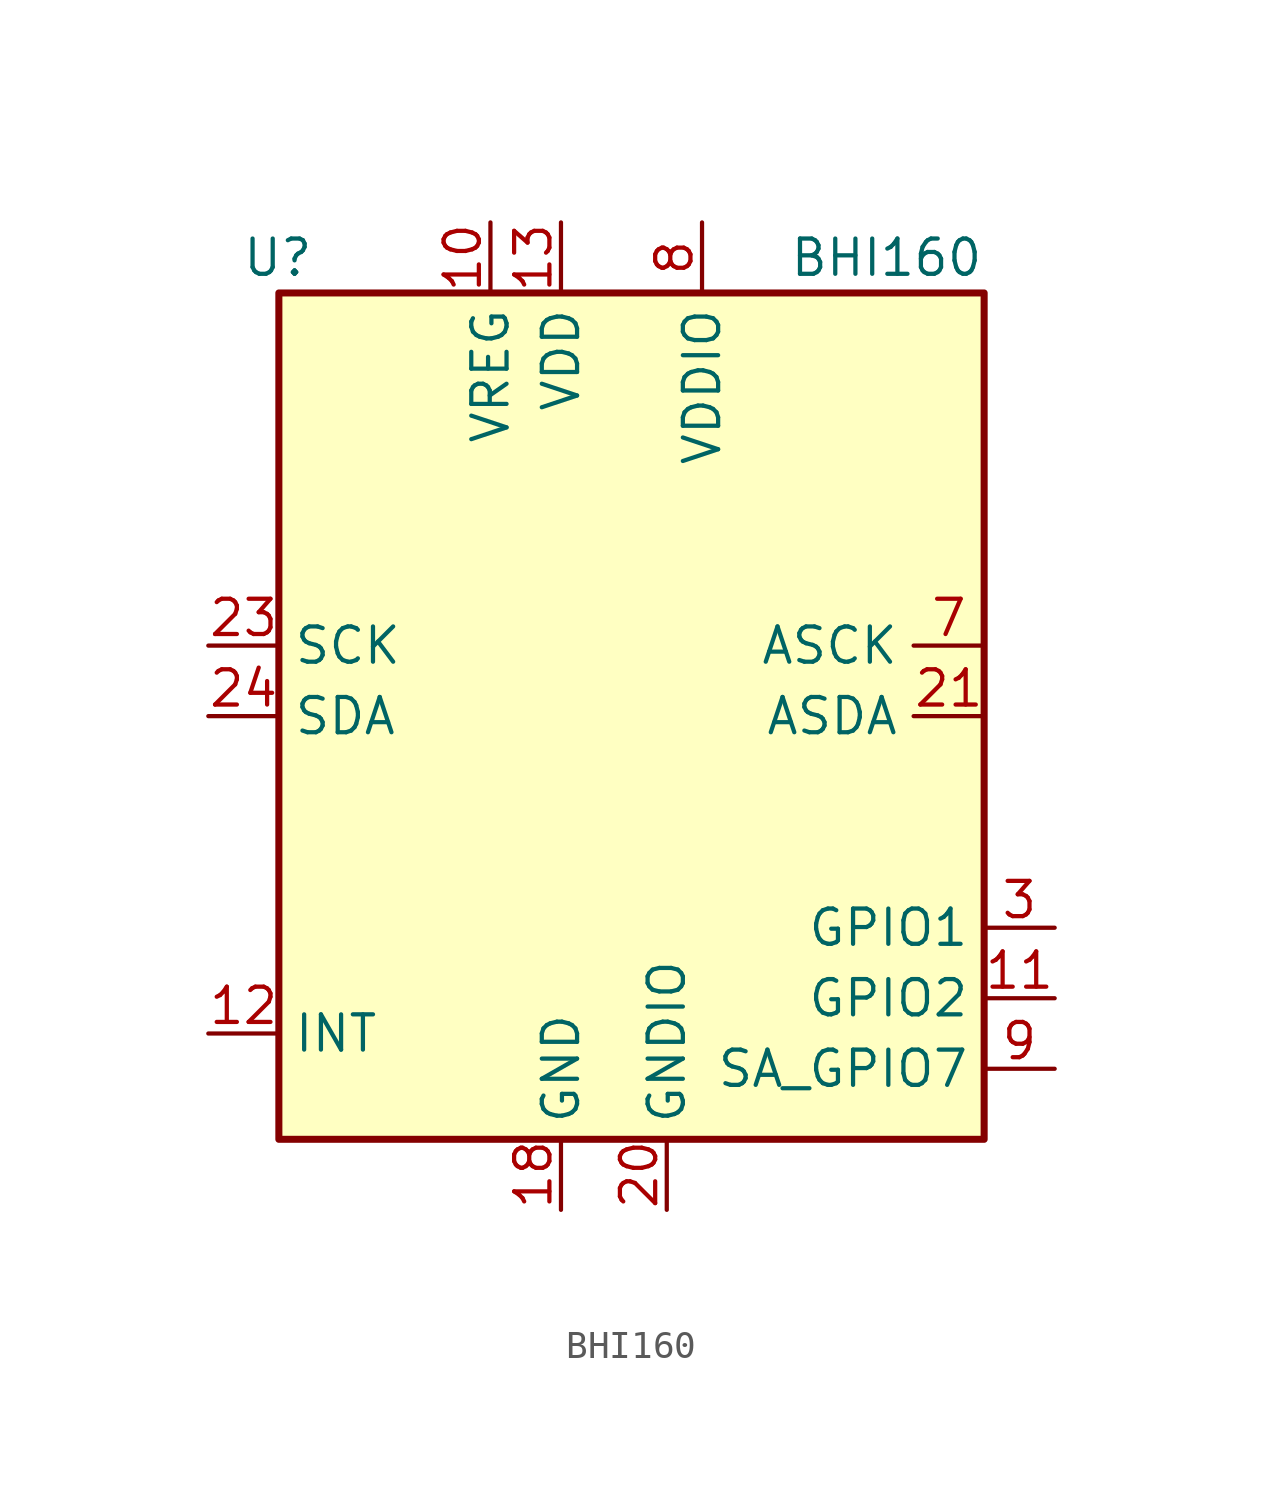
<source format=kicad_sym>
(kicad_symbol_lib
  (version 20211014)
  (generator kicad_symbol_editor)
  (symbol "BHI160"
    (property "Reference" "U"
      (at -11.43 16.51 0)
      (effects (font (size 1.27 1.27)) (justify right)))
    (property "Value" "BHI160"
      (at 12.7 16.51 0)
      (effects (font (size 1.27 1.27)) (justify right)))
    (symbol "BHI160_0_1"
      (rectangle (start -12.7 15.24) (end 12.7 -15.24) (stroke (width 0.254) (type default) (color 0 0 0 0)) (fill (type background))))
    (symbol "BHI160_1_1"
      (pin no_connect line (at -12.7 12.7 0) (length 2.54) hide (name "NC" (effects (font (size 1.27 1.27)))) (number "1" (effects (font (size 1.27 1.27)))))
      (pin power_in line (at -5.08 17.78 270) (length 2.54) (name "VREG" (effects (font (size 1.27 1.27)))) (number "10" (effects (font (size 1.27 1.27)))))
      (pin input line (at 15.24 -10.16 180) (length 2.54) (name "GPIO2" (effects (font (size 1.27 1.27)))) (number "11" (effects (font (size 1.27 1.27)))))
      (pin output line (at -15.24 -11.43 0) (length 2.54) (name "INT" (effects (font (size 1.27 1.27)))) (number "12" (effects (font (size 1.27 1.27)))))
      (pin power_in line (at -2.54 17.78 270) (length 2.54) (name "VDD" (effects (font (size 1.27 1.27)))) (number "13" (effects (font (size 1.27 1.27)))))
      (pin no_connect line (at 12.7 12.7 180) (length 2.54) hide (name "NC" (effects (font (size 1.27 1.27)))) (number "14" (effects (font (size 1.27 1.27)))))
      (pin no_connect line (at 12.7 10.16 180) (length 2.54) hide (name "NC" (effects (font (size 1.27 1.27)))) (number "15" (effects (font (size 1.27 1.27)))))
      (pin no_connect line (at 12.7 7.62 180) (length 2.54) hide (name "NC" (effects (font (size 1.27 1.27)))) (number "16" (effects (font (size 1.27 1.27)))))
      (pin no_connect line (at 12.7 5.08 180) (length 2.54) hide (name "NC" (effects (font (size 1.27 1.27)))) (number "17" (effects (font (size 1.27 1.27)))))
      (pin power_in line (at -2.54 -17.78 90) (length 2.54) (name "GND" (effects (font (size 1.27 1.27)))) (number "18" (effects (font (size 1.27 1.27)))))
      (pin no_connect line (at 12.7 -2.54 180) (length 2.54) hide (name "NC" (effects (font (size 1.27 1.27)))) (number "19" (effects (font (size 1.27 1.27)))))
      (pin no_connect line (at -12.7 5.08 0) (length 2.54) hide (name "DNC" (effects (font (size 1.27 1.27)))) (number "2" (effects (font (size 1.27 1.27)))))
      (pin power_in line (at 1.27 -17.78 90) (length 2.54) (name "GNDIO" (effects (font (size 1.27 1.27)))) (number "20" (effects (font (size 1.27 1.27)))))
      (pin bidirectional line (at 12.7 0 180) (length 2.54) (name "ASDA" (effects (font (size 1.27 1.27)))) (number "21" (effects (font (size 1.27 1.27)))))
      (pin no_connect line (at -12.7 -7.62 0) (length 2.54) hide (name "RESV4" (effects (font (size 1.27 1.27)))) (number "22" (effects (font (size 1.27 1.27)))))
      (pin bidirectional line (at -15.24 2.54 0) (length 2.54) (name "SCK" (effects (font (size 1.27 1.27)))) (number "23" (effects (font (size 1.27 1.27)))))
      (pin bidirectional line (at -15.24 0 0) (length 2.54) (name "SDA" (effects (font (size 1.27 1.27)))) (number "24" (effects (font (size 1.27 1.27)))))
      (pin input line (at 15.24 -7.62 180) (length 2.54) (name "GPIO1" (effects (font (size 1.27 1.27)))) (number "3" (effects (font (size 1.27 1.27)))))
      (pin no_connect line (at -12.7 -2.54 0) (length 2.54) hide (name "RESV2" (effects (font (size 1.27 1.27)))) (number "4" (effects (font (size 1.27 1.27)))))
      (pin no_connect line (at -12.7 -5.08 0) (length 2.54) hide (name "RESV3" (effects (font (size 1.27 1.27)))) (number "5" (effects (font (size 1.27 1.27)))))
      (pin no_connect line (at -12.7 10.16 0) (length 2.54) hide (name "NC" (effects (font (size 1.27 1.27)))) (number "6" (effects (font (size 1.27 1.27)))))
      (pin bidirectional line (at 12.7 2.54 180) (length 2.54) (name "ASCK" (effects (font (size 1.27 1.27)))) (number "7" (effects (font (size 1.27 1.27)))))
      (pin power_in line (at 2.54 17.78 270) (length 2.54) (name "VDDIO" (effects (font (size 1.27 1.27)))) (number "8" (effects (font (size 1.27 1.27)))))
      (pin passive line (at 15.24 -12.7 180) (length 2.54) (name "SA_GPIO7" (effects (font (size 1.27 1.27)))) (number "9" (effects (font (size 1.27 1.27))))))))
</source>
